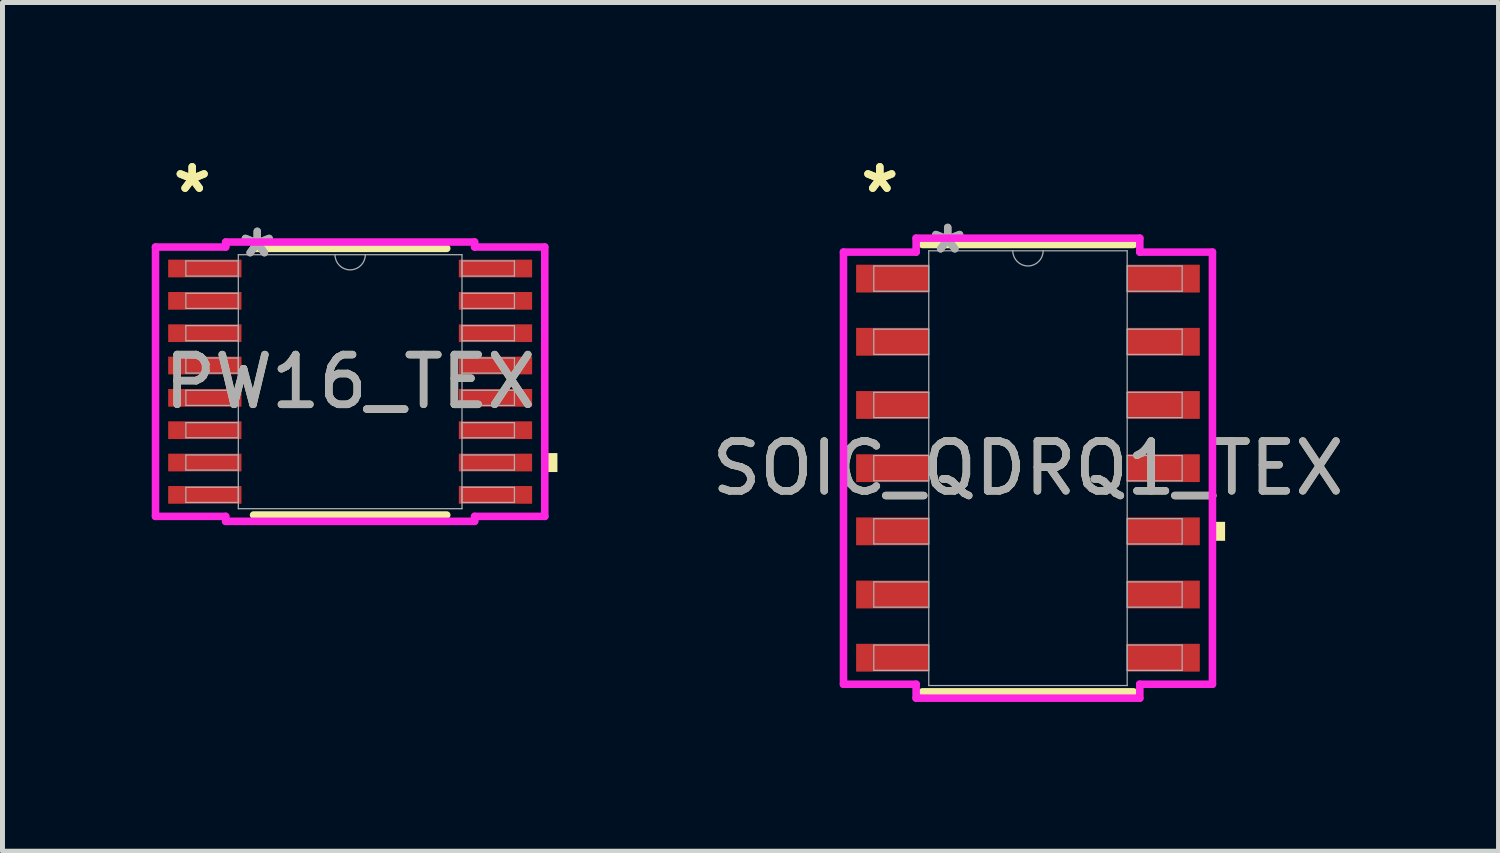
<source format=kicad_pcb>
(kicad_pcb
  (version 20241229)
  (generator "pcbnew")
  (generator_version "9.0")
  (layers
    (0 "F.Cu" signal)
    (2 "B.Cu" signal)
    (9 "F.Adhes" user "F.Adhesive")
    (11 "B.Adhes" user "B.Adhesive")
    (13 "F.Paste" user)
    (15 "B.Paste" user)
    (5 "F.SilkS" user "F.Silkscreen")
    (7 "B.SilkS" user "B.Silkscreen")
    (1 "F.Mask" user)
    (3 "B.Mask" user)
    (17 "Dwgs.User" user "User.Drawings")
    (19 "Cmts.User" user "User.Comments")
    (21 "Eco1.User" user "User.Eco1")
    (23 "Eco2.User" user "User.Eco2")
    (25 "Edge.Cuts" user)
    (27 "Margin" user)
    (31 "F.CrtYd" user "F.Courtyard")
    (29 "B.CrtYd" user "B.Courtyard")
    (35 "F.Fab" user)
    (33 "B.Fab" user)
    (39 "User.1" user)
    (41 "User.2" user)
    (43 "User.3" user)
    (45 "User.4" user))
  (footprint "PW16_TEX"
    (layer "F.Cu")
    (at 3.988 4.622)
    (property "Reference" "PW16_TEX" (at 0 0 0) (unlocked yes) (layer "F.SilkS") (effects (font (size 1 1) (thickness 0.15))))
    (attr smd)
    (fp_line (start -1.941 2.68) (end 1.941 2.68) (stroke (width 0.152) (type solid)) (layer "F.SilkS"))
    (fp_line (start 1.941 -2.68) (end -1.941 -2.68) (stroke (width 0.152) (type solid)) (layer "F.SilkS"))
    (fp_poly (pts (xy 4.166 1.435) (xy 4.166 1.816) (xy 3.912 1.816) (xy 3.912 1.435)) (stroke (width 0) (type solid)) (fill yes) (layer "F.SilkS"))
    (fp_line (start -3.912 -2.707) (end -2.502 -2.707) (stroke (width 0.152) (type solid)) (layer "F.CrtYd"))
    (fp_line (start -3.912 2.707) (end -3.912 -2.707) (stroke (width 0.152) (type solid)) (layer "F.CrtYd"))
    (fp_line (start -3.912 2.707) (end -2.502 2.707) (stroke (width 0.152) (type solid)) (layer "F.CrtYd"))
    (fp_line (start -2.502 -2.807) (end 2.502 -2.807) (stroke (width 0.152) (type solid)) (layer "F.CrtYd"))
    (fp_line (start -2.502 -2.707) (end -2.502 -2.807) (stroke (width 0.152) (type solid)) (layer "F.CrtYd"))
    (fp_line (start -2.502 2.807) (end -2.502 2.707) (stroke (width 0.152) (type solid)) (layer "F.CrtYd"))
    (fp_line (start 2.502 -2.807) (end 2.502 -2.707) (stroke (width 0.152) (type solid)) (layer "F.CrtYd"))
    (fp_line (start 2.502 2.707) (end 2.502 2.807) (stroke (width 0.152) (type solid)) (layer "F.CrtYd"))
    (fp_line (start 2.502 2.807) (end -2.502 2.807) (stroke (width 0.152) (type solid)) (layer "F.CrtYd"))
    (fp_line (start 3.912 -2.707) (end 2.502 -2.707) (stroke (width 0.152) (type solid)) (layer "F.CrtYd"))
    (fp_line (start 3.912 -2.707) (end 3.912 2.707) (stroke (width 0.152) (type solid)) (layer "F.CrtYd"))
    (fp_line (start 3.912 2.707) (end 2.502 2.707) (stroke (width 0.152) (type solid)) (layer "F.CrtYd"))
    (fp_line (start -3.302 -2.427) (end -3.302 -2.123) (stroke (width 0.025) (type solid)) (layer "F.Fab"))
    (fp_line (start -3.302 -2.123) (end -2.248 -2.123) (stroke (width 0.025) (type solid)) (layer "F.Fab"))
    (fp_line (start -3.302 -1.777) (end -3.302 -1.473) (stroke (width 0.025) (type solid)) (layer "F.Fab"))
    (fp_line (start -3.302 -1.473) (end -2.248 -1.473) (stroke (width 0.025) (type solid)) (layer "F.Fab"))
    (fp_line (start -3.302 -1.127) (end -3.302 -0.823) (stroke (width 0.025) (type solid)) (layer "F.Fab"))
    (fp_line (start -3.302 -0.823) (end -2.248 -0.823) (stroke (width 0.025) (type solid)) (layer "F.Fab"))
    (fp_line (start -3.302 -0.477) (end -3.302 -0.173) (stroke (width 0.025) (type solid)) (layer "F.Fab"))
    (fp_line (start -3.302 -0.173) (end -2.248 -0.173) (stroke (width 0.025) (type solid)) (layer "F.Fab"))
    (fp_line (start -3.302 0.173) (end -3.302 0.477) (stroke (width 0.025) (type solid)) (layer "F.Fab"))
    (fp_line (start -3.302 0.477) (end -2.248 0.477) (stroke (width 0.025) (type solid)) (layer "F.Fab"))
    (fp_line (start -3.302 0.823) (end -3.302 1.127) (stroke (width 0.025) (type solid)) (layer "F.Fab"))
    (fp_line (start -3.302 1.127) (end -2.248 1.127) (stroke (width 0.025) (type solid)) (layer "F.Fab"))
    (fp_line (start -3.302 1.473) (end -3.302 1.777) (stroke (width 0.025) (type solid)) (layer "F.Fab"))
    (fp_line (start -3.302 1.777) (end -2.248 1.777) (stroke (width 0.025) (type solid)) (layer "F.Fab"))
    (fp_line (start -3.302 2.123) (end -3.302 2.427) (stroke (width 0.025) (type solid)) (layer "F.Fab"))
    (fp_line (start -3.302 2.427) (end -2.248 2.427) (stroke (width 0.025) (type solid)) (layer "F.Fab"))
    (fp_line (start -2.248 -2.553) (end -2.248 2.553) (stroke (width 0.025) (type solid)) (layer "F.Fab"))
    (fp_line (start -2.248 -2.427) (end -3.302 -2.427) (stroke (width 0.025) (type solid)) (layer "F.Fab"))
    (fp_line (start -2.248 -2.123) (end -2.248 -2.427) (stroke (width 0.025) (type solid)) (layer "F.Fab"))
    (fp_line (start -2.248 -1.777) (end -3.302 -1.777) (stroke (width 0.025) (type solid)) (layer "F.Fab"))
    (fp_line (start -2.248 -1.473) (end -2.248 -1.777) (stroke (width 0.025) (type solid)) (layer "F.Fab"))
    (fp_line (start -2.248 -1.127) (end -3.302 -1.127) (stroke (width 0.025) (type solid)) (layer "F.Fab"))
    (fp_line (start -2.248 -0.823) (end -2.248 -1.127) (stroke (width 0.025) (type solid)) (layer "F.Fab"))
    (fp_line (start -2.248 -0.477) (end -3.302 -0.477) (stroke (width 0.025) (type solid)) (layer "F.Fab"))
    (fp_line (start -2.248 -0.173) (end -2.248 -0.477) (stroke (width 0.025) (type solid)) (layer "F.Fab"))
    (fp_line (start -2.248 0.173) (end -3.302 0.173) (stroke (width 0.025) (type solid)) (layer "F.Fab"))
    (fp_line (start -2.248 0.477) (end -2.248 0.173) (stroke (width 0.025) (type solid)) (layer "F.Fab"))
    (fp_line (start -2.248 0.823) (end -3.302 0.823) (stroke (width 0.025) (type solid)) (layer "F.Fab"))
    (fp_line (start -2.248 1.127) (end -2.248 0.823) (stroke (width 0.025) (type solid)) (layer "F.Fab"))
    (fp_line (start -2.248 1.473) (end -3.302 1.473) (stroke (width 0.025) (type solid)) (layer "F.Fab"))
    (fp_line (start -2.248 1.777) (end -2.248 1.473) (stroke (width 0.025) (type solid)) (layer "F.Fab"))
    (fp_line (start -2.248 2.123) (end -3.302 2.123) (stroke (width 0.025) (type solid)) (layer "F.Fab"))
    (fp_line (start -2.248 2.427) (end -2.248 2.123) (stroke (width 0.025) (type solid)) (layer "F.Fab"))
    (fp_line (start -2.248 2.553) (end 2.248 2.553) (stroke (width 0.025) (type solid)) (layer "F.Fab"))
    (fp_line (start 2.248 -2.553) (end -2.248 -2.553) (stroke (width 0.025) (type solid)) (layer "F.Fab"))
    (fp_line (start 2.248 -2.427) (end 2.248 -2.123) (stroke (width 0.025) (type solid)) (layer "F.Fab"))
    (fp_line (start 2.248 -2.123) (end 3.302 -2.123) (stroke (width 0.025) (type solid)) (layer "F.Fab"))
    (fp_line (start 2.248 -1.777) (end 2.248 -1.473) (stroke (width 0.025) (type solid)) (layer "F.Fab"))
    (fp_line (start 2.248 -1.473) (end 3.302 -1.473) (stroke (width 0.025) (type solid)) (layer "F.Fab"))
    (fp_line (start 2.248 -1.127) (end 2.248 -0.823) (stroke (width 0.025) (type solid)) (layer "F.Fab"))
    (fp_line (start 2.248 -0.823) (end 3.302 -0.823) (stroke (width 0.025) (type solid)) (layer "F.Fab"))
    (fp_line (start 2.248 -0.477) (end 2.248 -0.173) (stroke (width 0.025) (type solid)) (layer "F.Fab"))
    (fp_line (start 2.248 -0.173) (end 3.302 -0.173) (stroke (width 0.025) (type solid)) (layer "F.Fab"))
    (fp_line (start 2.248 0.173) (end 2.248 0.477) (stroke (width 0.025) (type solid)) (layer "F.Fab"))
    (fp_line (start 2.248 0.477) (end 3.302 0.477) (stroke (width 0.025) (type solid)) (layer "F.Fab"))
    (fp_line (start 2.248 0.823) (end 2.248 1.127) (stroke (width 0.025) (type solid)) (layer "F.Fab"))
    (fp_line (start 2.248 1.127) (end 3.302 1.127) (stroke (width 0.025) (type solid)) (layer "F.Fab"))
    (fp_line (start 2.248 1.473) (end 2.248 1.777) (stroke (width 0.025) (type solid)) (layer "F.Fab"))
    (fp_line (start 2.248 1.777) (end 3.302 1.777) (stroke (width 0.025) (type solid)) (layer "F.Fab"))
    (fp_line (start 2.248 2.123) (end 2.248 2.427) (stroke (width 0.025) (type solid)) (layer "F.Fab"))
    (fp_line (start 2.248 2.427) (end 3.302 2.427) (stroke (width 0.025) (type solid)) (layer "F.Fab"))
    (fp_line (start 2.248 2.553) (end 2.248 -2.553) (stroke (width 0.025) (type solid)) (layer "F.Fab"))
    (fp_line (start 3.302 -2.427) (end 2.248 -2.427) (stroke (width 0.025) (type solid)) (layer "F.Fab"))
    (fp_line (start 3.302 -2.123) (end 3.302 -2.427) (stroke (width 0.025) (type solid)) (layer "F.Fab"))
    (fp_line (start 3.302 -1.777) (end 2.248 -1.777) (stroke (width 0.025) (type solid)) (layer "F.Fab"))
    (fp_line (start 3.302 -1.473) (end 3.302 -1.777) (stroke (width 0.025) (type solid)) (layer "F.Fab"))
    (fp_line (start 3.302 -1.127) (end 2.248 -1.127) (stroke (width 0.025) (type solid)) (layer "F.Fab"))
    (fp_line (start 3.302 -0.823) (end 3.302 -1.127) (stroke (width 0.025) (type solid)) (layer "F.Fab"))
    (fp_line (start 3.302 -0.477) (end 2.248 -0.477) (stroke (width 0.025) (type solid)) (layer "F.Fab"))
    (fp_line (start 3.302 -0.173) (end 3.302 -0.477) (stroke (width 0.025) (type solid)) (layer "F.Fab"))
    (fp_line (start 3.302 0.173) (end 2.248 0.173) (stroke (width 0.025) (type solid)) (layer "F.Fab"))
    (fp_line (start 3.302 0.477) (end 3.302 0.173) (stroke (width 0.025) (type solid)) (layer "F.Fab"))
    (fp_line (start 3.302 0.823) (end 2.248 0.823) (stroke (width 0.025) (type solid)) (layer "F.Fab"))
    (fp_line (start 3.302 1.127) (end 3.302 0.823) (stroke (width 0.025) (type solid)) (layer "F.Fab"))
    (fp_line (start 3.302 1.473) (end 2.248 1.473) (stroke (width 0.025) (type solid)) (layer "F.Fab"))
    (fp_line (start 3.302 1.777) (end 3.302 1.473) (stroke (width 0.025) (type solid)) (layer "F.Fab"))
    (fp_line (start 3.302 2.123) (end 2.248 2.123) (stroke (width 0.025) (type solid)) (layer "F.Fab"))
    (fp_line (start 3.302 2.427) (end 3.302 2.123) (stroke (width 0.025) (type solid)) (layer "F.Fab"))
    (fp_arc (start 0.3048 -2.5527) (mid 0 -2.2479) (end -0.3048 -2.5527) (stroke (width 0.0254) (type solid)) (layer "F.Fab"))
    (fp_text user "*" (at -3.175 -3.774 0) (unlocked yes) (layer "F.SilkS") (effects (font (size 1 1) (thickness 0.15))))
    (fp_text user "*" (at -3.175 -3.774 0) (layer "F.SilkS") (effects (font (size 1 1) (thickness 0.15))))
    (fp_text user "${REFERENCE}" (at 0 0 0) (unlocked yes) (layer "F.Fab") (effects (font (size 1 1) (thickness 0.15))))
    (fp_text user "*" (at -1.867 -2.477 0) (unlocked yes) (layer "F.Fab") (effects (font (size 1 1) (thickness 0.15))))
    (fp_text user "*" (at -1.867 -2.477 0) (layer "F.Fab") (effects (font (size 1 1) (thickness 0.15))))
    (pad "1" smd rect (at -2.921 -2.275) (size 1.473 0.356) (layers "F.Cu" "F.Mask" "F.Paste"))
    (pad "2" smd rect (at -2.921 -1.625) (size 1.473 0.356) (layers "F.Cu" "F.Mask" "F.Paste"))
    (pad "3" smd rect (at -2.921 -0.975) (size 1.473 0.356) (layers "F.Cu" "F.Mask" "F.Paste"))
    (pad "4" smd rect (at -2.921 -0.325) (size 1.473 0.356) (layers "F.Cu" "F.Mask" "F.Paste"))
    (pad "5" smd rect (at -2.921 0.325) (size 1.473 0.356) (layers "F.Cu" "F.Mask" "F.Paste"))
    (pad "6" smd rect (at -2.921 0.975) (size 1.473 0.356) (layers "F.Cu" "F.Mask" "F.Paste"))
    (pad "7" smd rect (at -2.921 1.625) (size 1.473 0.356) (layers "F.Cu" "F.Mask" "F.Paste"))
    (pad "8" smd rect (at -2.921 2.275) (size 1.473 0.356) (layers "F.Cu" "F.Mask" "F.Paste"))
    (pad "9" smd rect (at 2.921 2.275) (size 1.473 0.356) (layers "F.Cu" "F.Mask" "F.Paste"))
    (pad "10" smd rect (at 2.921 1.625) (size 1.473 0.356) (layers "F.Cu" "F.Mask" "F.Paste"))
    (pad "11" smd rect (at 2.921 0.975) (size 1.473 0.356) (layers "F.Cu" "F.Mask" "F.Paste"))
    (pad "12" smd rect (at 2.921 0.325) (size 1.473 0.356) (layers "F.Cu" "F.Mask" "F.Paste"))
    (pad "13" smd rect (at 2.921 -0.325) (size 1.473 0.356) (layers "F.Cu" "F.Mask" "F.Paste"))
    (pad "14" smd rect (at 2.921 -0.975) (size 1.473 0.356) (layers "F.Cu" "F.Mask" "F.Paste"))
    (pad "15" smd rect (at 2.921 -1.625) (size 1.473 0.356) (layers "F.Cu" "F.Mask" "F.Paste"))
    (pad "16" smd rect (at 2.921 -2.275) (size 1.473 0.356) (layers "F.Cu" "F.Mask" "F.Paste")))
  (footprint "SOIC_QDRQ1_TEX"
    (layer "F.Cu")
    (at 17.612 6.36)
    (property "Reference" "SOIC_QDRQ1_TEX" (at 0 0 0) (unlocked yes) (layer "F.SilkS") (effects (font (size 1 1) (thickness 0.15))))
    (attr smd)
    (fp_line (start -2.121 4.496) (end 2.121 4.496) (stroke (width 0.152) (type solid)) (layer "F.SilkS"))
    (fp_line (start 2.121 -4.496) (end -2.121 -4.496) (stroke (width 0.152) (type solid)) (layer "F.SilkS"))
    (fp_poly (pts (xy 3.962 1.079) (xy 3.962 1.46) (xy 3.708 1.46) (xy 3.708 1.079)) (stroke (width 0) (type solid)) (fill yes) (layer "F.SilkS"))
    (fp_line (start -3.708 -4.343) (end -2.248 -4.343) (stroke (width 0.152) (type solid)) (layer "F.CrtYd"))
    (fp_line (start -3.708 4.343) (end -3.708 -4.343) (stroke (width 0.152) (type solid)) (layer "F.CrtYd"))
    (fp_line (start -3.708 4.343) (end -2.248 4.343) (stroke (width 0.152) (type solid)) (layer "F.CrtYd"))
    (fp_line (start -2.248 -4.623) (end 2.248 -4.623) (stroke (width 0.152) (type solid)) (layer "F.CrtYd"))
    (fp_line (start -2.248 -4.343) (end -2.248 -4.623) (stroke (width 0.152) (type solid)) (layer "F.CrtYd"))
    (fp_line (start -2.248 4.623) (end -2.248 4.343) (stroke (width 0.152) (type solid)) (layer "F.CrtYd"))
    (fp_line (start 2.248 -4.623) (end 2.248 -4.343) (stroke (width 0.152) (type solid)) (layer "F.CrtYd"))
    (fp_line (start 2.248 4.343) (end 2.248 4.623) (stroke (width 0.152) (type solid)) (layer "F.CrtYd"))
    (fp_line (start 2.248 4.623) (end -2.248 4.623) (stroke (width 0.152) (type solid)) (layer "F.CrtYd"))
    (fp_line (start 3.708 -4.343) (end 2.248 -4.343) (stroke (width 0.152) (type solid)) (layer "F.CrtYd"))
    (fp_line (start 3.708 -4.343) (end 3.708 4.343) (stroke (width 0.152) (type solid)) (layer "F.CrtYd"))
    (fp_line (start 3.708 4.343) (end 2.248 4.343) (stroke (width 0.152) (type solid)) (layer "F.CrtYd"))
    (fp_line (start -3.099 -4.064) (end -3.099 -3.556) (stroke (width 0.025) (type solid)) (layer "F.Fab"))
    (fp_line (start -3.099 -3.556) (end -1.994 -3.556) (stroke (width 0.025) (type solid)) (layer "F.Fab"))
    (fp_line (start -3.099 -2.794) (end -3.099 -2.286) (stroke (width 0.025) (type solid)) (layer "F.Fab"))
    (fp_line (start -3.099 -2.286) (end -1.994 -2.286) (stroke (width 0.025) (type solid)) (layer "F.Fab"))
    (fp_line (start -3.099 -1.524) (end -3.099 -1.016) (stroke (width 0.025) (type solid)) (layer "F.Fab"))
    (fp_line (start -3.099 -1.016) (end -1.994 -1.016) (stroke (width 0.025) (type solid)) (layer "F.Fab"))
    (fp_line (start -3.099 -0.254) (end -3.099 0.254) (stroke (width 0.025) (type solid)) (layer "F.Fab"))
    (fp_line (start -3.099 0.254) (end -1.994 0.254) (stroke (width 0.025) (type solid)) (layer "F.Fab"))
    (fp_line (start -3.099 1.016) (end -3.099 1.524) (stroke (width 0.025) (type solid)) (layer "F.Fab"))
    (fp_line (start -3.099 1.524) (end -1.994 1.524) (stroke (width 0.025) (type solid)) (layer "F.Fab"))
    (fp_line (start -3.099 2.286) (end -3.099 2.794) (stroke (width 0.025) (type solid)) (layer "F.Fab"))
    (fp_line (start -3.099 2.794) (end -1.994 2.794) (stroke (width 0.025) (type solid)) (layer "F.Fab"))
    (fp_line (start -3.099 3.556) (end -3.099 4.064) (stroke (width 0.025) (type solid)) (layer "F.Fab"))
    (fp_line (start -3.099 4.064) (end -1.994 4.064) (stroke (width 0.025) (type solid)) (layer "F.Fab"))
    (fp_line (start -1.994 -4.369) (end -1.994 4.369) (stroke (width 0.025) (type solid)) (layer "F.Fab"))
    (fp_line (start -1.994 -4.064) (end -3.099 -4.064) (stroke (width 0.025) (type solid)) (layer "F.Fab"))
    (fp_line (start -1.994 -3.556) (end -1.994 -4.064) (stroke (width 0.025) (type solid)) (layer "F.Fab"))
    (fp_line (start -1.994 -2.794) (end -3.099 -2.794) (stroke (width 0.025) (type solid)) (layer "F.Fab"))
    (fp_line (start -1.994 -2.286) (end -1.994 -2.794) (stroke (width 0.025) (type solid)) (layer "F.Fab"))
    (fp_line (start -1.994 -1.524) (end -3.099 -1.524) (stroke (width 0.025) (type solid)) (layer "F.Fab"))
    (fp_line (start -1.994 -1.016) (end -1.994 -1.524) (stroke (width 0.025) (type solid)) (layer "F.Fab"))
    (fp_line (start -1.994 -0.254) (end -3.099 -0.254) (stroke (width 0.025) (type solid)) (layer "F.Fab"))
    (fp_line (start -1.994 0.254) (end -1.994 -0.254) (stroke (width 0.025) (type solid)) (layer "F.Fab"))
    (fp_line (start -1.994 1.016) (end -3.099 1.016) (stroke (width 0.025) (type solid)) (layer "F.Fab"))
    (fp_line (start -1.994 1.524) (end -1.994 1.016) (stroke (width 0.025) (type solid)) (layer "F.Fab"))
    (fp_line (start -1.994 2.286) (end -3.099 2.286) (stroke (width 0.025) (type solid)) (layer "F.Fab"))
    (fp_line (start -1.994 2.794) (end -1.994 2.286) (stroke (width 0.025) (type solid)) (layer "F.Fab"))
    (fp_line (start -1.994 3.556) (end -3.099 3.556) (stroke (width 0.025) (type solid)) (layer "F.Fab"))
    (fp_line (start -1.994 4.064) (end -1.994 3.556) (stroke (width 0.025) (type solid)) (layer "F.Fab"))
    (fp_line (start -1.994 4.369) (end 1.994 4.369) (stroke (width 0.025) (type solid)) (layer "F.Fab"))
    (fp_line (start 1.994 -4.369) (end -1.994 -4.369) (stroke (width 0.025) (type solid)) (layer "F.Fab"))
    (fp_line (start 1.994 -4.064) (end 1.994 -3.556) (stroke (width 0.025) (type solid)) (layer "F.Fab"))
    (fp_line (start 1.994 -3.556) (end 3.099 -3.556) (stroke (width 0.025) (type solid)) (layer "F.Fab"))
    (fp_line (start 1.994 -2.794) (end 1.994 -2.286) (stroke (width 0.025) (type solid)) (layer "F.Fab"))
    (fp_line (start 1.994 -2.286) (end 3.099 -2.286) (stroke (width 0.025) (type solid)) (layer "F.Fab"))
    (fp_line (start 1.994 -1.524) (end 1.994 -1.016) (stroke (width 0.025) (type solid)) (layer "F.Fab"))
    (fp_line (start 1.994 -1.016) (end 3.099 -1.016) (stroke (width 0.025) (type solid)) (layer "F.Fab"))
    (fp_line (start 1.994 -0.254) (end 1.994 0.254) (stroke (width 0.025) (type solid)) (layer "F.Fab"))
    (fp_line (start 1.994 0.254) (end 3.099 0.254) (stroke (width 0.025) (type solid)) (layer "F.Fab"))
    (fp_line (start 1.994 1.016) (end 1.994 1.524) (stroke (width 0.025) (type solid)) (layer "F.Fab"))
    (fp_line (start 1.994 1.524) (end 3.099 1.524) (stroke (width 0.025) (type solid)) (layer "F.Fab"))
    (fp_line (start 1.994 2.286) (end 1.994 2.794) (stroke (width 0.025) (type solid)) (layer "F.Fab"))
    (fp_line (start 1.994 2.794) (end 3.099 2.794) (stroke (width 0.025) (type solid)) (layer "F.Fab"))
    (fp_line (start 1.994 3.556) (end 1.994 4.064) (stroke (width 0.025) (type solid)) (layer "F.Fab"))
    (fp_line (start 1.994 4.064) (end 3.099 4.064) (stroke (width 0.025) (type solid)) (layer "F.Fab"))
    (fp_line (start 1.994 4.369) (end 1.994 -4.369) (stroke (width 0.025) (type solid)) (layer "F.Fab"))
    (fp_line (start 3.099 -4.064) (end 1.994 -4.064) (stroke (width 0.025) (type solid)) (layer "F.Fab"))
    (fp_line (start 3.099 -3.556) (end 3.099 -4.064) (stroke (width 0.025) (type solid)) (layer "F.Fab"))
    (fp_line (start 3.099 -2.794) (end 1.994 -2.794) (stroke (width 0.025) (type solid)) (layer "F.Fab"))
    (fp_line (start 3.099 -2.286) (end 3.099 -2.794) (stroke (width 0.025) (type solid)) (layer "F.Fab"))
    (fp_line (start 3.099 -1.524) (end 1.994 -1.524) (stroke (width 0.025) (type solid)) (layer "F.Fab"))
    (fp_line (start 3.099 -1.016) (end 3.099 -1.524) (stroke (width 0.025) (type solid)) (layer "F.Fab"))
    (fp_line (start 3.099 -0.254) (end 1.994 -0.254) (stroke (width 0.025) (type solid)) (layer "F.Fab"))
    (fp_line (start 3.099 0.254) (end 3.099 -0.254) (stroke (width 0.025) (type solid)) (layer "F.Fab"))
    (fp_line (start 3.099 1.016) (end 1.994 1.016) (stroke (width 0.025) (type solid)) (layer "F.Fab"))
    (fp_line (start 3.099 1.524) (end 3.099 1.016) (stroke (width 0.025) (type solid)) (layer "F.Fab"))
    (fp_line (start 3.099 2.286) (end 1.994 2.286) (stroke (width 0.025) (type solid)) (layer "F.Fab"))
    (fp_line (start 3.099 2.794) (end 3.099 2.286) (stroke (width 0.025) (type solid)) (layer "F.Fab"))
    (fp_line (start 3.099 3.556) (end 1.994 3.556) (stroke (width 0.025) (type solid)) (layer "F.Fab"))
    (fp_line (start 3.099 4.064) (end 3.099 3.556) (stroke (width 0.025) (type solid)) (layer "F.Fab"))
    (fp_arc (start 0.3048 -4.3688) (mid 0 -4.064) (end -0.3048 -4.3688) (stroke (width 0.0254) (type solid)) (layer "F.Fab"))
    (fp_text user "*" (at -2.978 -5.512 0) (unlocked yes) (layer "F.SilkS") (effects (font (size 1 1) (thickness 0.15))))
    (fp_text user "*" (at -2.978 -5.512 0) (layer "F.SilkS") (effects (font (size 1 1) (thickness 0.15))))
    (fp_text user "*" (at -1.613 -4.293 0) (unlocked yes) (layer "F.Fab") (effects (font (size 1 1) (thickness 0.15))))
    (fp_text user "*" (at -1.613 -4.293 0) (layer "F.Fab") (effects (font (size 1 1) (thickness 0.15))))
    (fp_text user "${REFERENCE}" (at 0 0 0) (unlocked yes) (layer "F.Fab") (effects (font (size 1 1) (thickness 0.15))))
    (pad "1" smd rect (at -2.724 -3.81) (size 1.46 0.559) (layers "F.Cu" "F.Mask" "F.Paste"))
    (pad "2" smd rect (at -2.724 -2.54) (size 1.46 0.559) (layers "F.Cu" "F.Mask" "F.Paste"))
    (pad "3" smd rect (at -2.724 -1.27) (size 1.46 0.559) (layers "F.Cu" "F.Mask" "F.Paste"))
    (pad "4" smd rect (at -2.724 0) (size 1.46 0.559) (layers "F.Cu" "F.Mask" "F.Paste"))
    (pad "5" smd rect (at -2.724 1.27) (size 1.46 0.559) (layers "F.Cu" "F.Mask" "F.Paste"))
    (pad "6" smd rect (at -2.724 2.54) (size 1.46 0.559) (layers "F.Cu" "F.Mask" "F.Paste"))
    (pad "7" smd rect (at -2.724 3.81) (size 1.46 0.559) (layers "F.Cu" "F.Mask" "F.Paste"))
    (pad "8" smd rect (at 2.724 3.81) (size 1.46 0.559) (layers "F.Cu" "F.Mask" "F.Paste"))
    (pad "9" smd rect (at 2.724 2.54) (size 1.46 0.559) (layers "F.Cu" "F.Mask" "F.Paste"))
    (pad "10" smd rect (at 2.724 1.27) (size 1.46 0.559) (layers "F.Cu" "F.Mask" "F.Paste"))
    (pad "11" smd rect (at 2.724 0) (size 1.46 0.559) (layers "F.Cu" "F.Mask" "F.Paste"))
    (pad "12" smd rect (at 2.724 -1.27) (size 1.46 0.559) (layers "F.Cu" "F.Mask" "F.Paste"))
    (pad "13" smd rect (at 2.724 -2.54) (size 1.46 0.559) (layers "F.Cu" "F.Mask" "F.Paste"))
    (pad "14" smd rect (at 2.724 -3.81) (size 1.46 0.559) (layers "F.Cu" "F.Mask" "F.Paste")))
  (gr_rect
    (start -3 -3)
    (end 27.07 14.059)
    (stroke (width 0.1) (type default))
    (fill no)
    (layer "Edge.Cuts")))
</source>
